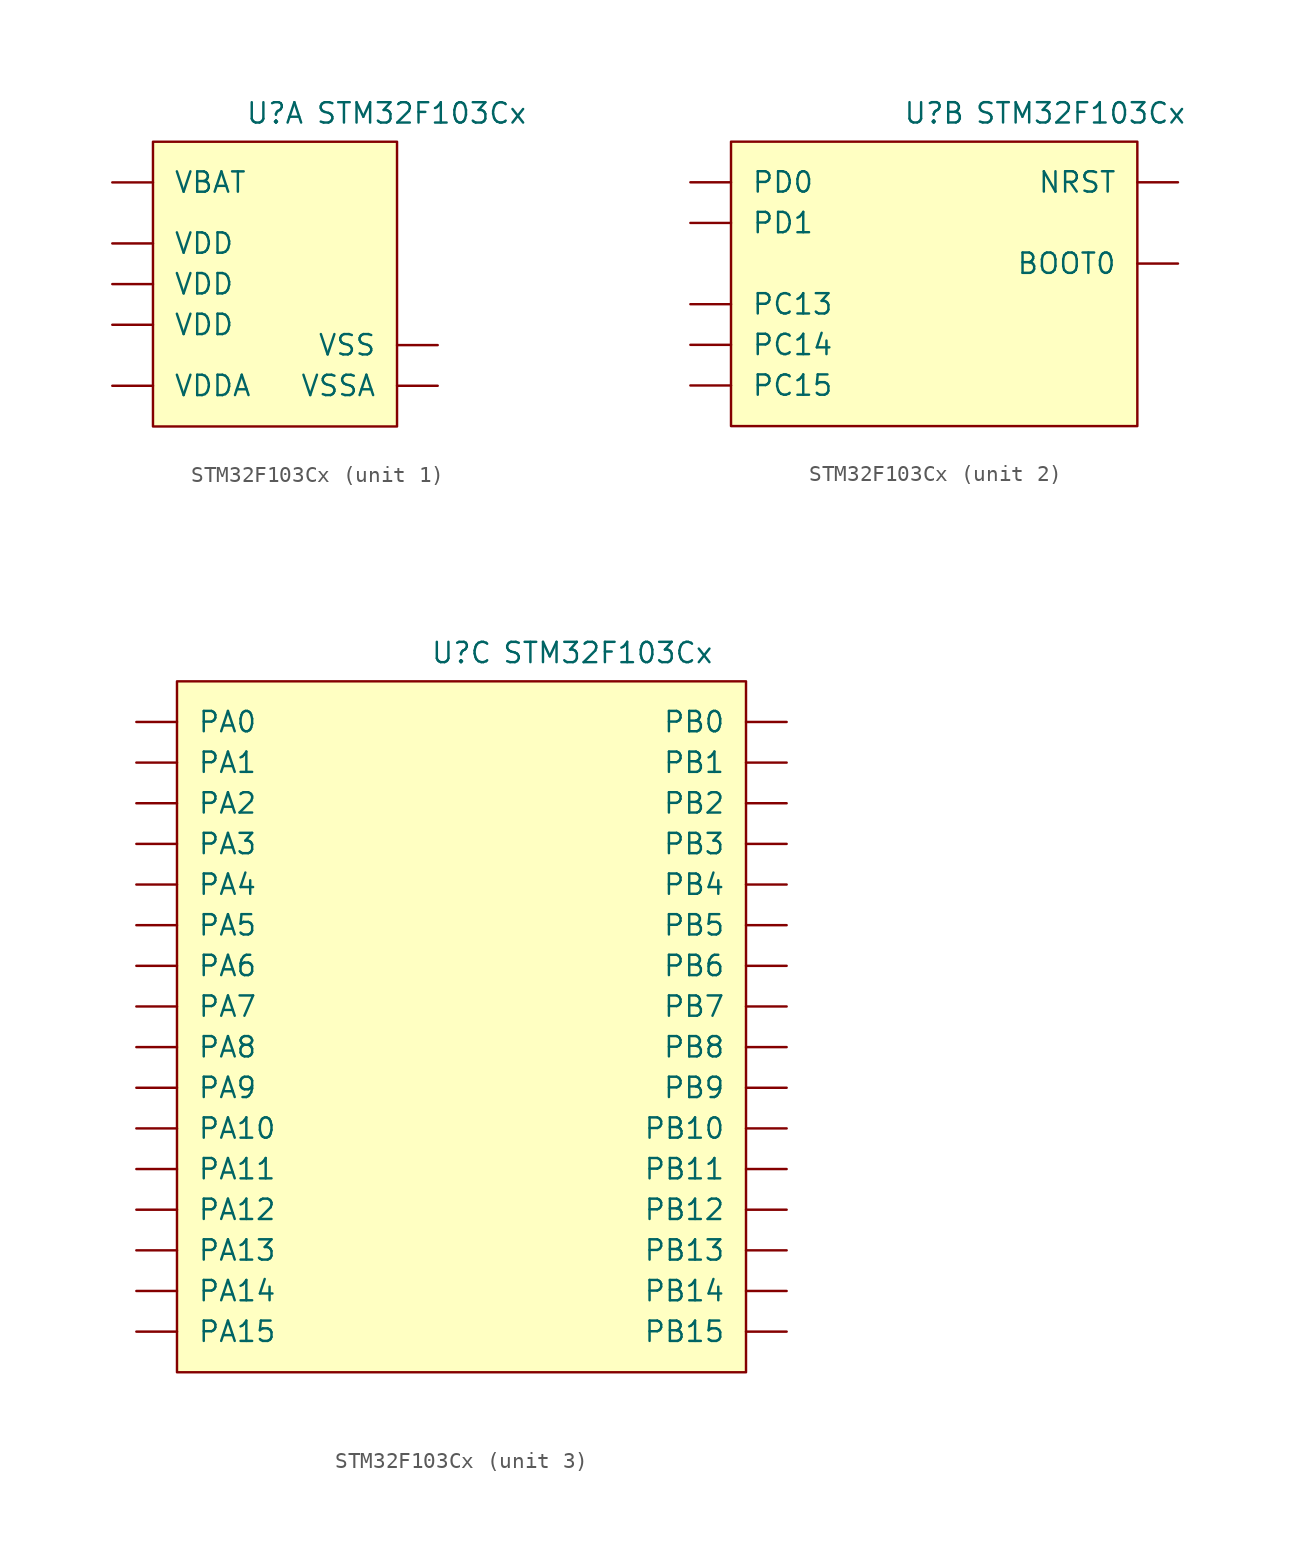
<source format=kicad_sym>
(kicad_symbol_lib
  (version 20231120)
  (generator "kicad_symbol_editor")
  (generator_version "8.0")
  (symbol "STM32F103Cx"
    (pin_numbers hide)
    (pin_names
      (offset 1.27))
    (property "Reference" "U"
      (at 0 1.778 0)
      (effects (font (size 1.27 1.27))))
    (property "Value" "STM32F103Cx"
      (at 9.144 1.778 0)
      (effects (font (size 1.27 1.27))))
    (property "ki_locked" ""
      (at 0 0 0)
      (effects (font (size 1.27 1.27))))
    (symbol "STM32F103Cx_1_1"
      (rectangle (start -7.62 0) (end 7.62 -17.78) (stroke (width 0) (type default)) (fill (type background)))
      (pin power_in line (at -10.16 -2.54 0) (length 2.54) (name "VBAT" (effects (font (size 1.27 1.27)))) (number "1" (effects (font (size 1.27 1.27)))))
      (pin power_in line (at 10.16 -12.7 180) (length 2.54) (name "VSS" (effects (font (size 1.27 1.27)))) (number "23" (effects (font (size 1.27 1.27)))))
      (pin power_in line (at -10.16 -11.43 0) (length 2.54) (name "VDD" (effects (font (size 1.27 1.27)))) (number "24" (effects (font (size 1.27 1.27)))))
      (pin passive line (at 10.16 -12.7 180) (length 2.54) hide (name "VSS" (effects (font (size 1.27 1.27)))) (number "35" (effects (font (size 1.27 1.27)))))
      (pin power_in line (at -10.16 -8.89 0) (length 2.54) (name "VDD" (effects (font (size 1.27 1.27)))) (number "36" (effects (font (size 1.27 1.27)))))
      (pin passive line (at 10.16 -12.7 180) (length 2.54) hide (name "VSS" (effects (font (size 1.27 1.27)))) (number "47" (effects (font (size 1.27 1.27)))))
      (pin power_in line (at -10.16 -6.35 0) (length 2.54) (name "VDD" (effects (font (size 1.27 1.27)))) (number "48" (effects (font (size 1.27 1.27)))))
      (pin passive line (at 10.16 -12.7 180) (length 2.54) hide (name "EP" (effects (font (size 1.27 1.27)))) (number "49" (effects (font (size 1.27 1.27)))))
      (pin power_in line (at 10.16 -15.24 180) (length 2.54) (name "VSSA" (effects (font (size 1.27 1.27)))) (number "8" (effects (font (size 1.27 1.27)))))
      (pin power_in line (at -10.16 -15.24 0) (length 2.54) (name "VDDA" (effects (font (size 1.27 1.27)))) (number "9" (effects (font (size 1.27 1.27))))))
    (symbol "STM32F103Cx_2_1"
      (rectangle (start -12.7 0) (end 12.7 -17.78) (stroke (width 0) (type default)) (fill (type background)))
      (pin bidirectional line (at -15.24 -10.16 0) (length 2.54) (name "PC13" (effects (font (size 1.27 1.27)))) (number "2" (effects (font (size 1.27 1.27)))) (alternate "RTC_OUT" bidirectional line) (alternate "RTC_TAMPER" bidirectional line))
      (pin bidirectional line (at -15.24 -12.7 0) (length 2.54) (name "PC14" (effects (font (size 1.27 1.27)))) (number "3" (effects (font (size 1.27 1.27)))) (alternate "RCC_OSC32_IN" bidirectional line))
      (pin bidirectional line (at -15.24 -15.24 0) (length 2.54) (name "PC15" (effects (font (size 1.27 1.27)))) (number "4" (effects (font (size 1.27 1.27)))) (alternate "ADC1_EXTI15" bidirectional line) (alternate "ADC2_EXTI15" bidirectional line) (alternate "RCC_OSC32_OUT" bidirectional line))
      (pin input line (at 15.24 -7.62 180) (length 2.54) (name "BOOT0" (effects (font (size 1.27 1.27)))) (number "44" (effects (font (size 1.27 1.27)))))
      (pin bidirectional line (at -15.24 -2.54 0) (length 2.54) (name "PD0" (effects (font (size 1.27 1.27)))) (number "5" (effects (font (size 1.27 1.27)))) (alternate "RCC_OSC_IN" bidirectional line))
      (pin bidirectional line (at -15.24 -5.08 0) (length 2.54) (name "PD1" (effects (font (size 1.27 1.27)))) (number "6" (effects (font (size 1.27 1.27)))) (alternate "RCC_OSC_OUT" bidirectional line))
      (pin input line (at 15.24 -2.54 180) (length 2.54) (name "NRST" (effects (font (size 1.27 1.27)))) (number "7" (effects (font (size 1.27 1.27))))))
    (symbol "STM32F103Cx_3_1"
      (rectangle (start -17.78 0) (end 17.78 -43.18) (stroke (width 0) (type default)) (fill (type background)))
      (pin bidirectional line (at -20.32 -2.54 0) (length 2.54) (name "PA0" (effects (font (size 1.27 1.27)))) (number "10" (effects (font (size 1.27 1.27)))) (alternate "ADC1_IN0" bidirectional line) (alternate "ADC2_IN0" bidirectional line) (alternate "SYS_WKUP" bidirectional line) (alternate "TIM2_CH1" bidirectional line) (alternate "TIM2_ETR" bidirectional line) (alternate "USART2_CTS" bidirectional line))
      (pin bidirectional line (at -20.32 -5.08 0) (length 2.54) (name "PA1" (effects (font (size 1.27 1.27)))) (number "11" (effects (font (size 1.27 1.27)))) (alternate "ADC1_IN1" bidirectional line) (alternate "ADC2_IN1" bidirectional line) (alternate "TIM2_CH2" bidirectional line) (alternate "USART2_RTS" bidirectional line))
      (pin bidirectional line (at -20.32 -7.62 0) (length 2.54) (name "PA2" (effects (font (size 1.27 1.27)))) (number "12" (effects (font (size 1.27 1.27)))) (alternate "ADC1_IN2" bidirectional line) (alternate "ADC2_IN2" bidirectional line) (alternate "TIM2_CH3" bidirectional line) (alternate "USART2_TX" bidirectional line))
      (pin bidirectional line (at -20.32 -10.16 0) (length 2.54) (name "PA3" (effects (font (size 1.27 1.27)))) (number "13" (effects (font (size 1.27 1.27)))) (alternate "ADC1_IN3" bidirectional line) (alternate "ADC2_IN3" bidirectional line) (alternate "TIM2_CH4" bidirectional line) (alternate "USART2_RX" bidirectional line))
      (pin bidirectional line (at -20.32 -12.7 0) (length 2.54) (name "PA4" (effects (font (size 1.27 1.27)))) (number "14" (effects (font (size 1.27 1.27)))) (alternate "ADC1_IN4" bidirectional line) (alternate "ADC2_IN4" bidirectional line) (alternate "SPI1_NSS" bidirectional line) (alternate "USART2_CK" bidirectional line))
      (pin bidirectional line (at -20.32 -15.24 0) (length 2.54) (name "PA5" (effects (font (size 1.27 1.27)))) (number "15" (effects (font (size 1.27 1.27)))) (alternate "ADC1_IN5" bidirectional line) (alternate "ADC2_IN5" bidirectional line) (alternate "SPI1_SCK" bidirectional line))
      (pin bidirectional line (at -20.32 -17.78 0) (length 2.54) (name "PA6" (effects (font (size 1.27 1.27)))) (number "16" (effects (font (size 1.27 1.27)))) (alternate "ADC1_IN6" bidirectional line) (alternate "ADC2_IN6" bidirectional line) (alternate "SPI1_MISO" bidirectional line) (alternate "TIM1_BKIN" bidirectional line) (alternate "TIM3_CH1" bidirectional line))
      (pin bidirectional line (at -20.32 -20.32 0) (length 2.54) (name "PA7" (effects (font (size 1.27 1.27)))) (number "17" (effects (font (size 1.27 1.27)))) (alternate "ADC1_IN7" bidirectional line) (alternate "ADC2_IN7" bidirectional line) (alternate "SPI1_MOSI" bidirectional line) (alternate "TIM1_CH1N" bidirectional line) (alternate "TIM3_CH2" bidirectional line))
      (pin bidirectional line (at 20.32 -2.54 180) (length 2.54) (name "PB0" (effects (font (size 1.27 1.27)))) (number "18" (effects (font (size 1.27 1.27)))) (alternate "ADC1_IN8" bidirectional line) (alternate "ADC2_IN8" bidirectional line) (alternate "TIM1_CH2N" bidirectional line) (alternate "TIM3_CH3" bidirectional line))
      (pin bidirectional line (at 20.32 -5.08 180) (length 2.54) (name "PB1" (effects (font (size 1.27 1.27)))) (number "19" (effects (font (size 1.27 1.27)))) (alternate "ADC1_IN9" bidirectional line) (alternate "ADC2_IN9" bidirectional line) (alternate "TIM1_CH3N" bidirectional line) (alternate "TIM3_CH4" bidirectional line))
      (pin bidirectional line (at 20.32 -7.62 180) (length 2.54) (name "PB2" (effects (font (size 1.27 1.27)))) (number "20" (effects (font (size 1.27 1.27)))))
      (pin bidirectional line (at 20.32 -27.94 180) (length 2.54) (name "PB10" (effects (font (size 1.27 1.27)))) (number "21" (effects (font (size 1.27 1.27)))) (alternate "I2C2_SCL" bidirectional line) (alternate "TIM2_CH3" bidirectional line) (alternate "USART3_TX" bidirectional line))
      (pin bidirectional line (at 20.32 -30.48 180) (length 2.54) (name "PB11" (effects (font (size 1.27 1.27)))) (number "22" (effects (font (size 1.27 1.27)))) (alternate "ADC1_EXTI11" bidirectional line) (alternate "ADC2_EXTI11" bidirectional line) (alternate "I2C2_SDA" bidirectional line) (alternate "TIM2_CH4" bidirectional line) (alternate "USART3_RX" bidirectional line))
      (pin bidirectional line (at 20.32 -33.02 180) (length 2.54) (name "PB12" (effects (font (size 1.27 1.27)))) (number "25" (effects (font (size 1.27 1.27)))) (alternate "I2C2_SMBA" bidirectional line) (alternate "SPI2_NSS" bidirectional line) (alternate "TIM1_BKIN" bidirectional line) (alternate "USART3_CK" bidirectional line))
      (pin bidirectional line (at 20.32 -35.56 180) (length 2.54) (name "PB13" (effects (font (size 1.27 1.27)))) (number "26" (effects (font (size 1.27 1.27)))) (alternate "SPI2_SCK" bidirectional line) (alternate "TIM1_CH1N" bidirectional line) (alternate "USART3_CTS" bidirectional line))
      (pin bidirectional line (at 20.32 -38.1 180) (length 2.54) (name "PB14" (effects (font (size 1.27 1.27)))) (number "27" (effects (font (size 1.27 1.27)))) (alternate "SPI2_MISO" bidirectional line) (alternate "TIM1_CH2N" bidirectional line) (alternate "USART3_RTS" bidirectional line))
      (pin bidirectional line (at 20.32 -40.64 180) (length 2.54) (name "PB15" (effects (font (size 1.27 1.27)))) (number "28" (effects (font (size 1.27 1.27)))) (alternate "ADC1_EXTI15" bidirectional line) (alternate "ADC2_EXTI15" bidirectional line) (alternate "SPI2_MOSI" bidirectional line) (alternate "TIM1_CH3N" bidirectional line))
      (pin bidirectional line (at -20.32 -22.86 0) (length 2.54) (name "PA8" (effects (font (size 1.27 1.27)))) (number "29" (effects (font (size 1.27 1.27)))) (alternate "RCC_MCO" bidirectional line) (alternate "TIM1_CH1" bidirectional line) (alternate "USART1_CK" bidirectional line))
      (pin bidirectional line (at -20.32 -25.4 0) (length 2.54) (name "PA9" (effects (font (size 1.27 1.27)))) (number "30" (effects (font (size 1.27 1.27)))) (alternate "TIM1_CH2" bidirectional line) (alternate "USART1_TX" bidirectional line))
      (pin bidirectional line (at -20.32 -27.94 0) (length 2.54) (name "PA10" (effects (font (size 1.27 1.27)))) (number "31" (effects (font (size 1.27 1.27)))) (alternate "TIM1_CH3" bidirectional line) (alternate "USART1_RX" bidirectional line))
      (pin bidirectional line (at -20.32 -30.48 0) (length 2.54) (name "PA11" (effects (font (size 1.27 1.27)))) (number "32" (effects (font (size 1.27 1.27)))) (alternate "ADC1_EXTI11" bidirectional line) (alternate "ADC2_EXTI11" bidirectional line) (alternate "CAN_RX" bidirectional line) (alternate "TIM1_CH4" bidirectional line) (alternate "USART1_CTS" bidirectional line) (alternate "USB_DM" bidirectional line))
      (pin bidirectional line (at -20.32 -33.02 0) (length 2.54) (name "PA12" (effects (font (size 1.27 1.27)))) (number "33" (effects (font (size 1.27 1.27)))) (alternate "CAN_TX" bidirectional line) (alternate "TIM1_ETR" bidirectional line) (alternate "USART1_RTS" bidirectional line) (alternate "USB_DP" bidirectional line))
      (pin bidirectional line (at -20.32 -35.56 0) (length 2.54) (name "PA13" (effects (font (size 1.27 1.27)))) (number "34" (effects (font (size 1.27 1.27)))) (alternate "SYS_JTMS-SWDIO" bidirectional line))
      (pin bidirectional line (at -20.32 -38.1 0) (length 2.54) (name "PA14" (effects (font (size 1.27 1.27)))) (number "37" (effects (font (size 1.27 1.27)))) (alternate "SYS_JTCK-SWCLK" bidirectional line))
      (pin bidirectional line (at -20.32 -40.64 0) (length 2.54) (name "PA15" (effects (font (size 1.27 1.27)))) (number "38" (effects (font (size 1.27 1.27)))) (alternate "ADC1_EXTI15" bidirectional line) (alternate "ADC2_EXTI15" bidirectional line) (alternate "SPI1_NSS" bidirectional line) (alternate "SYS_JTDI" bidirectional line) (alternate "TIM2_CH1" bidirectional line) (alternate "TIM2_ETR" bidirectional line))
      (pin bidirectional line (at 20.32 -10.16 180) (length 2.54) (name "PB3" (effects (font (size 1.27 1.27)))) (number "39" (effects (font (size 1.27 1.27)))) (alternate "SPI1_SCK" bidirectional line) (alternate "SYS_JTDO-TRACESWO" bidirectional line) (alternate "TIM2_CH2" bidirectional line))
      (pin bidirectional line (at 20.32 -12.7 180) (length 2.54) (name "PB4" (effects (font (size 1.27 1.27)))) (number "40" (effects (font (size 1.27 1.27)))) (alternate "SPI1_MISO" bidirectional line) (alternate "SYS_NJTRST" bidirectional line) (alternate "TIM3_CH1" bidirectional line))
      (pin bidirectional line (at 20.32 -15.24 180) (length 2.54) (name "PB5" (effects (font (size 1.27 1.27)))) (number "41" (effects (font (size 1.27 1.27)))) (alternate "I2C1_SMBA" bidirectional line) (alternate "SPI1_MOSI" bidirectional line) (alternate "TIM3_CH2" bidirectional line))
      (pin bidirectional line (at 20.32 -17.78 180) (length 2.54) (name "PB6" (effects (font (size 1.27 1.27)))) (number "42" (effects (font (size 1.27 1.27)))) (alternate "I2C1_SCL" bidirectional line) (alternate "TIM4_CH1" bidirectional line) (alternate "USART1_TX" bidirectional line))
      (pin bidirectional line (at 20.32 -20.32 180) (length 2.54) (name "PB7" (effects (font (size 1.27 1.27)))) (number "43" (effects (font (size 1.27 1.27)))) (alternate "I2C1_SDA" bidirectional line) (alternate "TIM4_CH2" bidirectional line) (alternate "USART1_RX" bidirectional line))
      (pin bidirectional line (at 20.32 -22.86 180) (length 2.54) (name "PB8" (effects (font (size 1.27 1.27)))) (number "45" (effects (font (size 1.27 1.27)))) (alternate "CAN_RX" bidirectional line) (alternate "I2C1_SCL" bidirectional line) (alternate "TIM4_CH3" bidirectional line))
      (pin bidirectional line (at 20.32 -25.4 180) (length 2.54) (name "PB9" (effects (font (size 1.27 1.27)))) (number "46" (effects (font (size 1.27 1.27)))) (alternate "CAN_TX" bidirectional line) (alternate "I2C1_SDA" bidirectional line) (alternate "TIM4_CH4" bidirectional line)))))
</source>
